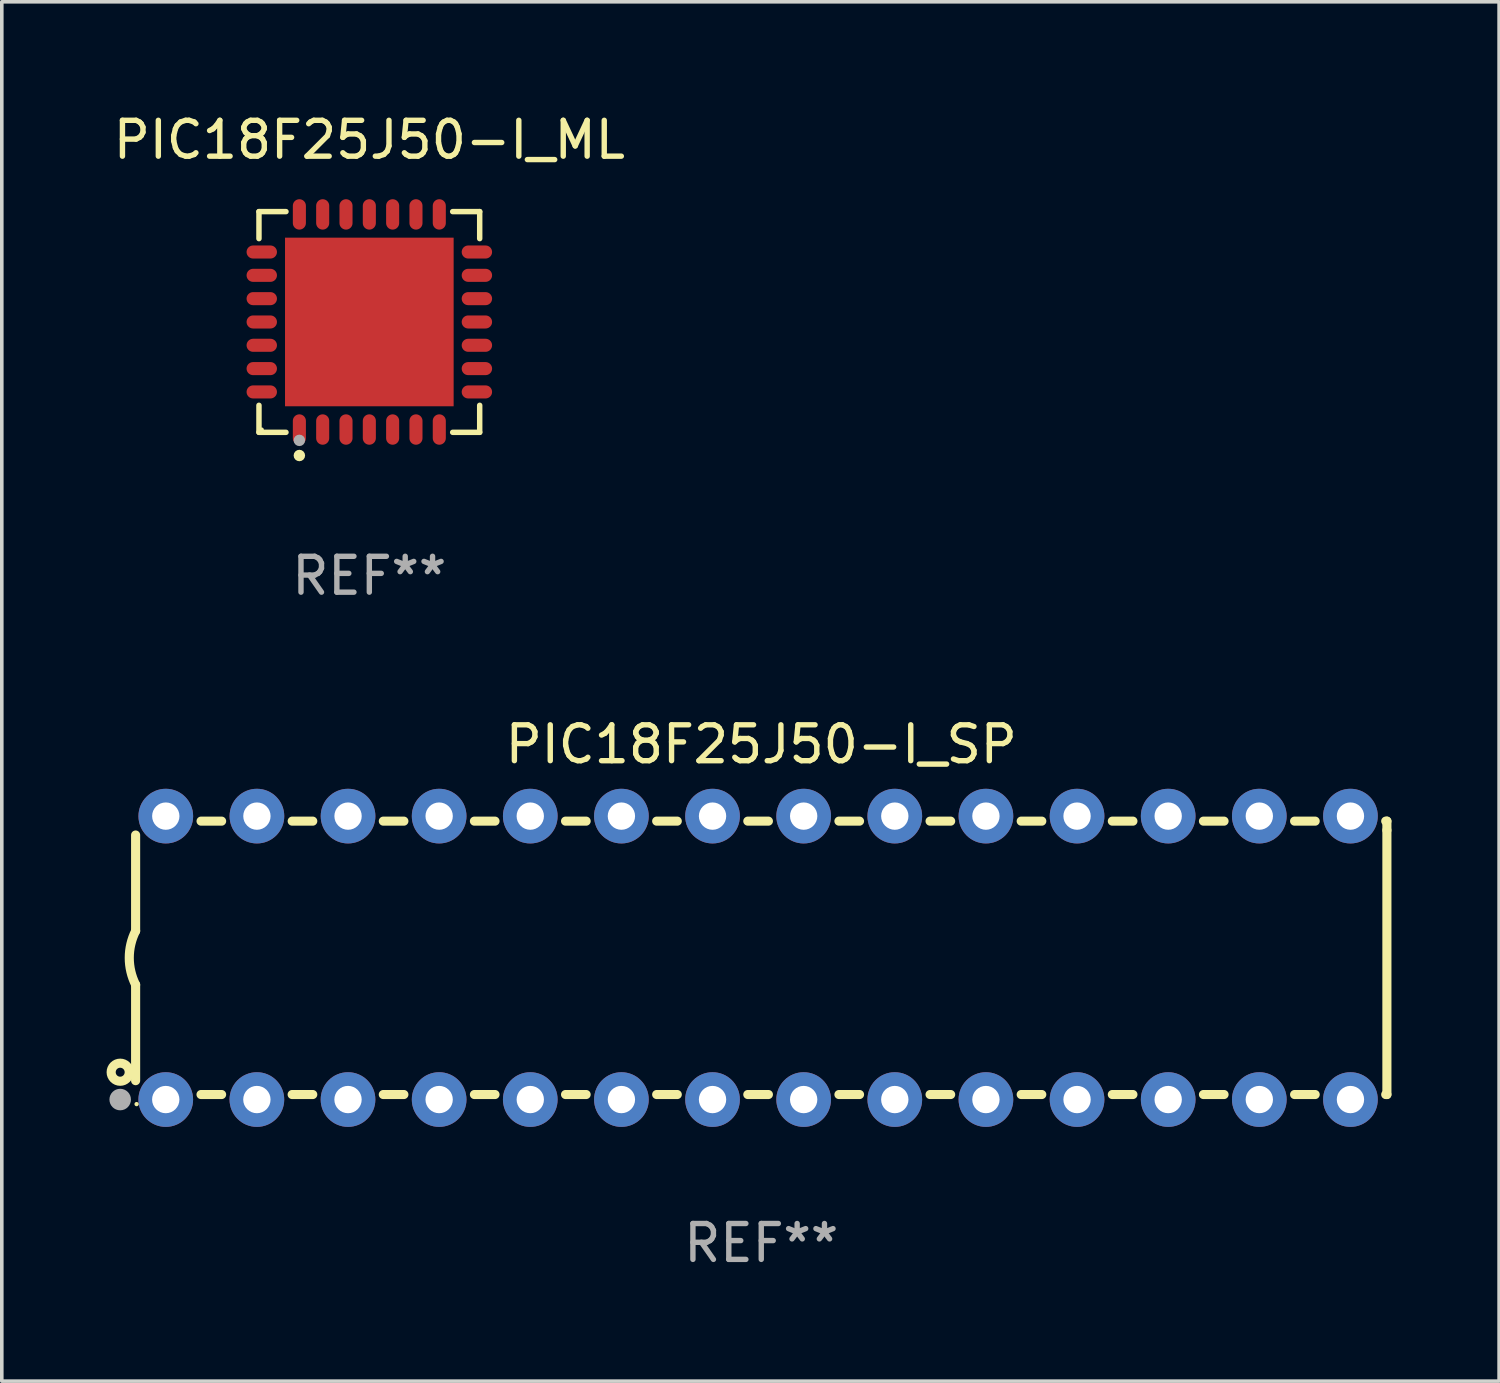
<source format=kicad_pcb>
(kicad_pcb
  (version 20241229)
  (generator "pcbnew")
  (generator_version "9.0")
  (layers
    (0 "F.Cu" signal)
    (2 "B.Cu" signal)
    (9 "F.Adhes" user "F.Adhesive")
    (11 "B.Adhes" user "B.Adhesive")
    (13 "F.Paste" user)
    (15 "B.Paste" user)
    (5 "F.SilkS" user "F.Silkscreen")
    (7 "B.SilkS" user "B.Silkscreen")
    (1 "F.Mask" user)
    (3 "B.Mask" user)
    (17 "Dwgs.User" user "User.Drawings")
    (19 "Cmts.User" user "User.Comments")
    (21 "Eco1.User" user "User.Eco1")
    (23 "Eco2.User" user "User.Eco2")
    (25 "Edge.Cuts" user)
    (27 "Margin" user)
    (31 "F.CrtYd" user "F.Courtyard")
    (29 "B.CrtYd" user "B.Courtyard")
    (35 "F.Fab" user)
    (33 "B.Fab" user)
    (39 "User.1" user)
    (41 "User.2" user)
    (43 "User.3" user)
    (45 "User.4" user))
  (footprint "PIC18F25J50-I_ML"
    (layer "F.Cu")
    (at 7.244 5.924)
    (property "Reference" "PIC18F25J50-I_ML" (at 0 -5.076 0) (layer "F.SilkS") (effects (font (size 1 1) (thickness 0.15))))
    (attr through_hole)
    (fp_line (start -3.076 -3.076) (end -2.323 -3.076) (stroke (width 0.152) (type solid)) (layer "F.SilkS"))
    (fp_line (start -3.076 -2.323) (end -3.076 -3.076) (stroke (width 0.152) (type solid)) (layer "F.SilkS"))
    (fp_line (start -3.076 2.323) (end -3.076 3.076) (stroke (width 0.152) (type solid)) (layer "F.SilkS"))
    (fp_line (start -3.076 3.076) (end -2.323 3.076) (stroke (width 0.152) (type solid)) (layer "F.SilkS"))
    (fp_line (start 3.076 -3.076) (end 2.323 -3.076) (stroke (width 0.152) (type solid)) (layer "F.SilkS"))
    (fp_line (start 3.076 -2.323) (end 3.076 -3.076) (stroke (width 0.152) (type solid)) (layer "F.SilkS"))
    (fp_line (start 3.076 2.323) (end 3.076 3.076) (stroke (width 0.152) (type solid)) (layer "F.SilkS"))
    (fp_line (start 3.076 3.076) (end 2.323 3.076) (stroke (width 0.152) (type solid)) (layer "F.SilkS"))
    (fp_circle (center -3 3) (end -2.97 3) (stroke (width 0.06) (type solid)) (fill no) (layer "F.SilkS"))
    (fp_circle (center -1.95 3.722) (end -1.87 3.722) (stroke (width 0.16) (type solid)) (fill no) (layer "F.SilkS"))
    (fp_circle (center -1.95 3.3) (end -1.87 3.3) (stroke (width 0.16) (type solid)) (fill no) (layer "F.Fab"))
    (fp_text user "REF**" (at 0 7.076 0) (layer "F.Fab") (effects (font (size 1 1) (thickness 0.15))))
    (pad "1" smd oval (at -1.95 2.998) (size 0.364 0.847) (layers "F.Cu" "F.Mask" "F.Paste"))
    (pad "2" smd oval (at -1.3 2.998) (size 0.364 0.847) (layers "F.Cu" "F.Mask" "F.Paste"))
    (pad "3" smd oval (at -0.65 2.998) (size 0.364 0.847) (layers "F.Cu" "F.Mask" "F.Paste"))
    (pad "4" smd oval (at 0 2.998) (size 0.364 0.847) (layers "F.Cu" "F.Mask" "F.Paste"))
    (pad "5" smd oval (at 0.65 2.998) (size 0.364 0.847) (layers "F.Cu" "F.Mask" "F.Paste"))
    (pad "6" smd oval (at 1.3 2.998) (size 0.364 0.847) (layers "F.Cu" "F.Mask" "F.Paste"))
    (pad "7" smd oval (at 1.95 2.998) (size 0.364 0.847) (layers "F.Cu" "F.Mask" "F.Paste"))
    (pad "8" smd oval (at 2.998 1.95) (size 0.847 0.364) (layers "F.Cu" "F.Mask" "F.Paste"))
    (pad "9" smd oval (at 2.998 1.3) (size 0.847 0.364) (layers "F.Cu" "F.Mask" "F.Paste"))
    (pad "10" smd oval (at 2.998 0.65) (size 0.847 0.364) (layers "F.Cu" "F.Mask" "F.Paste"))
    (pad "11" smd oval (at 2.998 0) (size 0.847 0.364) (layers "F.Cu" "F.Mask" "F.Paste"))
    (pad "12" smd oval (at 2.998 -0.65) (size 0.847 0.364) (layers "F.Cu" "F.Mask" "F.Paste"))
    (pad "13" smd oval (at 2.998 -1.3) (size 0.847 0.364) (layers "F.Cu" "F.Mask" "F.Paste"))
    (pad "14" smd oval (at 2.998 -1.95) (size 0.847 0.364) (layers "F.Cu" "F.Mask" "F.Paste"))
    (pad "15" smd oval (at 1.95 -2.998) (size 0.364 0.847) (layers "F.Cu" "F.Mask" "F.Paste"))
    (pad "16" smd oval (at 1.3 -2.998) (size 0.364 0.847) (layers "F.Cu" "F.Mask" "F.Paste"))
    (pad "17" smd oval (at 0.65 -2.998) (size 0.364 0.847) (layers "F.Cu" "F.Mask" "F.Paste"))
    (pad "18" smd oval (at 0 -2.998) (size 0.364 0.847) (layers "F.Cu" "F.Mask" "F.Paste"))
    (pad "19" smd oval (at -0.65 -2.998) (size 0.364 0.847) (layers "F.Cu" "F.Mask" "F.Paste"))
    (pad "20" smd oval (at -1.3 -2.998) (size 0.364 0.847) (layers "F.Cu" "F.Mask" "F.Paste"))
    (pad "21" smd oval (at -1.95 -2.998) (size 0.364 0.847) (layers "F.Cu" "F.Mask" "F.Paste"))
    (pad "22" smd oval (at -2.998 -1.95) (size 0.847 0.364) (layers "F.Cu" "F.Mask" "F.Paste"))
    (pad "23" smd oval (at -2.998 -1.3) (size 0.847 0.364) (layers "F.Cu" "F.Mask" "F.Paste"))
    (pad "24" smd oval (at -2.998 -0.65) (size 0.847 0.364) (layers "F.Cu" "F.Mask" "F.Paste"))
    (pad "25" smd oval (at -2.998 0) (size 0.847 0.364) (layers "F.Cu" "F.Mask" "F.Paste"))
    (pad "26" smd oval (at -2.998 0.65) (size 0.847 0.364) (layers "F.Cu" "F.Mask" "F.Paste"))
    (pad "27" smd oval (at -2.998 1.3) (size 0.847 0.364) (layers "F.Cu" "F.Mask" "F.Paste"))
    (pad "28" smd oval (at -2.998 1.95) (size 0.847 0.364) (layers "F.Cu" "F.Mask" "F.Paste"))
    (pad "29" smd rect (at 0 0) (size 4.7 4.7) (layers "F.Cu" "F.Mask" "F.Paste")))
  (footprint "PIC18F25J50-I_SP"
    (layer "F.Cu")
    (at 18.168 23.647)
    (property "Reference" "PIC18F25J50-I_SP" (at 0 -5.95 0) (layer "F.SilkS") (effects (font (size 1 1) (thickness 0.15))))
    (attr through_hole)
    (fp_line (start -17.438 0.75) (end -17.438 3.423) (stroke (width 0.254) (type solid)) (layer "F.SilkS"))
    (fp_line (start -17.438 -3.423) (end -17.438 -0.75) (stroke (width 0.254) (type solid)) (layer "F.SilkS"))
    (fp_line (start -15.615 3.81) (end -15.041 3.81) (stroke (width 0.254) (type solid)) (layer "F.SilkS"))
    (fp_line (start -15.041 -3.81) (end -15.614 -3.81) (stroke (width 0.254) (type solid)) (layer "F.SilkS"))
    (fp_line (start -13.075 3.81) (end -12.501 3.81) (stroke (width 0.254) (type solid)) (layer "F.SilkS"))
    (fp_line (start -12.501 -3.81) (end -13.074 -3.81) (stroke (width 0.254) (type solid)) (layer "F.SilkS"))
    (fp_line (start -10.535 3.81) (end -9.961 3.81) (stroke (width 0.254) (type solid)) (layer "F.SilkS"))
    (fp_line (start -9.961 -3.81) (end -10.534 -3.81) (stroke (width 0.254) (type solid)) (layer "F.SilkS"))
    (fp_line (start -7.995 3.81) (end -7.421 3.81) (stroke (width 0.254) (type solid)) (layer "F.SilkS"))
    (fp_line (start -7.421 -3.81) (end -7.995 -3.81) (stroke (width 0.254) (type solid)) (layer "F.SilkS"))
    (fp_line (start -5.455 3.81) (end -4.881 3.81) (stroke (width 0.254) (type solid)) (layer "F.SilkS"))
    (fp_line (start -4.881 -3.81) (end -5.455 -3.81) (stroke (width 0.254) (type solid)) (layer "F.SilkS"))
    (fp_line (start -2.915 3.81) (end -2.341 3.81) (stroke (width 0.254) (type solid)) (layer "F.SilkS"))
    (fp_line (start -2.341 -3.81) (end -2.915 -3.81) (stroke (width 0.254) (type solid)) (layer "F.SilkS"))
    (fp_line (start -0.375 3.81) (end 0.199 3.81) (stroke (width 0.254) (type solid)) (layer "F.SilkS"))
    (fp_line (start 0.199 -3.81) (end -0.375 -3.81) (stroke (width 0.254) (type solid)) (layer "F.SilkS"))
    (fp_line (start 2.165 3.81) (end 2.739 3.81) (stroke (width 0.254) (type solid)) (layer "F.SilkS"))
    (fp_line (start 2.739 -3.81) (end 2.165 -3.81) (stroke (width 0.254) (type solid)) (layer "F.SilkS"))
    (fp_line (start 4.705 3.81) (end 5.279 3.81) (stroke (width 0.254) (type solid)) (layer "F.SilkS"))
    (fp_line (start 5.279 -3.81) (end 4.705 -3.81) (stroke (width 0.254) (type solid)) (layer "F.SilkS"))
    (fp_line (start 7.245 3.81) (end 7.819 3.81) (stroke (width 0.254) (type solid)) (layer "F.SilkS"))
    (fp_line (start 7.819 -3.81) (end 7.245 -3.81) (stroke (width 0.254) (type solid)) (layer "F.SilkS"))
    (fp_line (start 9.785 3.81) (end 10.359 3.81) (stroke (width 0.254) (type solid)) (layer "F.SilkS"))
    (fp_line (start 10.359 -3.81) (end 9.785 -3.81) (stroke (width 0.254) (type solid)) (layer "F.SilkS"))
    (fp_line (start 12.325 3.81) (end 12.899 3.81) (stroke (width 0.254) (type solid)) (layer "F.SilkS"))
    (fp_line (start 12.899 -3.81) (end 12.325 -3.81) (stroke (width 0.254) (type solid)) (layer "F.SilkS"))
    (fp_line (start 14.865 3.81) (end 15.439 3.81) (stroke (width 0.254) (type solid)) (layer "F.SilkS"))
    (fp_line (start 15.439 -3.81) (end 14.865 -3.81) (stroke (width 0.254) (type solid)) (layer "F.SilkS"))
    (fp_line (start 17.405 3.81) (end 17.438 3.81) (stroke (width 0.254) (type solid)) (layer "F.SilkS"))
    (fp_line (start 17.438 -3.81) (end 17.405 -3.81) (stroke (width 0.254) (type solid)) (layer "F.SilkS"))
    (fp_line (start 17.438 -3.556) (end 17.438 -3.81) (stroke (width 0.254) (type solid)) (layer "F.SilkS"))
    (fp_line (start 17.438 3.81) (end 17.438 -3.556) (stroke (width 0.254) (type solid)) (layer "F.SilkS"))
    (fp_arc (start -17.437986 0.749657) (mid -17.614887 -0.000024) (end -17.437783 -0.749657) (stroke (width 0.254001) (type solid)) (layer "F.SilkS"))
    (fp_circle (center -17.868 3.188) (end -17.743 3.188) (stroke (width 0.254) (type solid)) (fill no) (layer "F.SilkS"))
    (fp_circle (center -17.411 4.077) (end -17.381 4.077) (stroke (width 0.06) (type solid)) (fill no) (layer "F.SilkS"))
    (fp_circle (center -17.868 3.95) (end -17.718 3.95) (stroke (width 0.3) (type solid)) (fill no) (layer "F.Fab"))
    (fp_text user "REF**" (at 0 7.95 0) (layer "F.Fab") (effects (font (size 1 1) (thickness 0.15))))
    (pad "1" thru_hole circle (at -16.598 3.95) (size 1.524 1.524) (drill 0.762) (layers "*.Cu" "*.Mask"))
    (pad "2" thru_hole circle (at -14.058 3.95) (size 1.524 1.524) (drill 0.762) (layers "*.Cu" "*.Mask"))
    (pad "3" thru_hole circle (at -11.518 3.95) (size 1.524 1.524) (drill 0.762) (layers "*.Cu" "*.Mask"))
    (pad "4" thru_hole circle (at -8.978 3.95) (size 1.524 1.524) (drill 0.762) (layers "*.Cu" "*.Mask"))
    (pad "5" thru_hole circle (at -6.438 3.95) (size 1.524 1.524) (drill 0.762) (layers "*.Cu" "*.Mask"))
    (pad "6" thru_hole circle (at -3.898 3.95) (size 1.524 1.524) (drill 0.762) (layers "*.Cu" "*.Mask"))
    (pad "7" thru_hole circle (at -1.358 3.95) (size 1.524 1.524) (drill 0.762) (layers "*.Cu" "*.Mask"))
    (pad "8" thru_hole circle (at 1.182 3.95) (size 1.524 1.524) (drill 0.762) (layers "*.Cu" "*.Mask"))
    (pad "9" thru_hole circle (at 3.722 3.95) (size 1.524 1.524) (drill 0.762) (layers "*.Cu" "*.Mask"))
    (pad "10" thru_hole circle (at 6.262 3.95) (size 1.524 1.524) (drill 0.762) (layers "*.Cu" "*.Mask"))
    (pad "11" thru_hole circle (at 8.802 3.95) (size 1.524 1.524) (drill 0.762) (layers "*.Cu" "*.Mask"))
    (pad "12" thru_hole circle (at 11.342 3.95) (size 1.524 1.524) (drill 0.762) (layers "*.Cu" "*.Mask"))
    (pad "13" thru_hole circle (at 13.882 3.95) (size 1.524 1.524) (drill 0.762) (layers "*.Cu" "*.Mask"))
    (pad "14" thru_hole circle (at 16.422 3.95) (size 1.524 1.524) (drill 0.762) (layers "*.Cu" "*.Mask"))
    (pad "15" thru_hole circle (at 16.422 -3.95) (size 1.524 1.524) (drill 0.762) (layers "*.Cu" "*.Mask"))
    (pad "16" thru_hole circle (at 13.882 -3.95) (size 1.524 1.524) (drill 0.762) (layers "*.Cu" "*.Mask"))
    (pad "17" thru_hole circle (at 11.342 -3.95) (size 1.524 1.524) (drill 0.762) (layers "*.Cu" "*.Mask"))
    (pad "18" thru_hole circle (at 8.802 -3.95) (size 1.524 1.524) (drill 0.762) (layers "*.Cu" "*.Mask"))
    (pad "19" thru_hole circle (at 6.262 -3.95) (size 1.524 1.524) (drill 0.762) (layers "*.Cu" "*.Mask"))
    (pad "20" thru_hole circle (at 3.722 -3.95) (size 1.524 1.524) (drill 0.762) (layers "*.Cu" "*.Mask"))
    (pad "21" thru_hole circle (at 1.182 -3.95) (size 1.524 1.524) (drill 0.762) (layers "*.Cu" "*.Mask"))
    (pad "22" thru_hole circle (at -1.358 -3.95) (size 1.524 1.524) (drill 0.762) (layers "*.Cu" "*.Mask"))
    (pad "23" thru_hole circle (at -3.898 -3.95) (size 1.524 1.524) (drill 0.762) (layers "*.Cu" "*.Mask"))
    (pad "24" thru_hole circle (at -6.438 -3.95) (size 1.524 1.524) (drill 0.762) (layers "*.Cu" "*.Mask"))
    (pad "25" thru_hole circle (at -8.978 -3.95) (size 1.524 1.524) (drill 0.762) (layers "*.Cu" "*.Mask"))
    (pad "26" thru_hole circle (at -11.517 -3.95) (size 1.524 1.524) (drill 0.762) (layers "*.Cu" "*.Mask"))
    (pad "27" thru_hole circle (at -14.057 -3.95) (size 1.524 1.524) (drill 0.762) (layers "*.Cu" "*.Mask"))
    (pad "28" thru_hole circle (at -16.597 -3.95) (size 1.524 1.524) (drill 0.762) (layers "*.Cu" "*.Mask")))
  (gr_rect
    (start -3 -3)
    (end 38.733 35.445)
    (stroke (width 0.1) (type default))
    (fill no)
    (layer "Edge.Cuts")))
</source>
